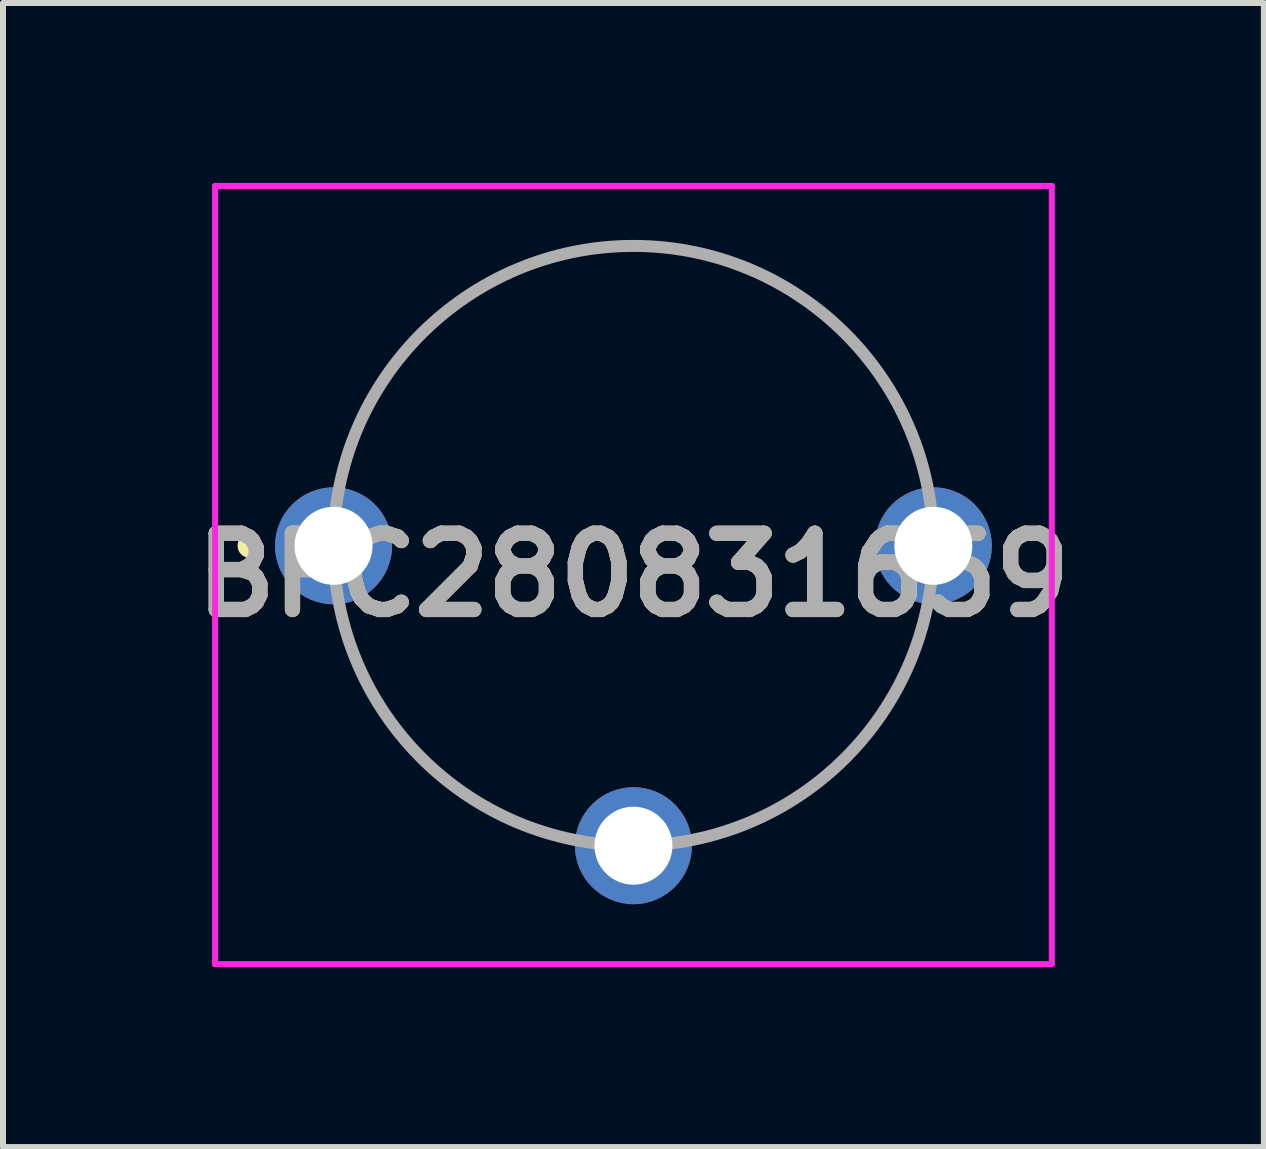
<source format=kicad_pcb>
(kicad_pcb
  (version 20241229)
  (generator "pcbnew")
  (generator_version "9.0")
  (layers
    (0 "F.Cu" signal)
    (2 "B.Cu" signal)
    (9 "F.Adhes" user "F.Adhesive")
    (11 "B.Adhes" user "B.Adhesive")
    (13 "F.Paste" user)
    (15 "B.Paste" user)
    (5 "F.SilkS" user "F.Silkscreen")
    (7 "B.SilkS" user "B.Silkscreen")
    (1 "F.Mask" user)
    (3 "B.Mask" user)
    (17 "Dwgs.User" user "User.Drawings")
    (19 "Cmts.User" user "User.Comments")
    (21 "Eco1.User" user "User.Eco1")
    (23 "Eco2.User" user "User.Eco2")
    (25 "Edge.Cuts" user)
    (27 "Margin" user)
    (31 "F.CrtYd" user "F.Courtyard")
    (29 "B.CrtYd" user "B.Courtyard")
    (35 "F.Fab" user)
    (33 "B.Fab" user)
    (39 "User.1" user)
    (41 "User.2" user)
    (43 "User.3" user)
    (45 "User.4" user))
  (footprint "BFC280831659"
    (layer "F.Cu")
    (at 2.511 6.05)
    (property "Reference" "BFC280831659" (at 5 0.487 0) (layer "F.SilkS") (effects (font (size 1.27 1.27) (thickness 0.254))))
    (attr through_hole)
    (fp_line (start -1.4 -0.1) (end -1.4 -0.1) (stroke (width 0.2) (type solid)) (layer "F.SilkS"))
    (fp_line (start -1.4 0.1) (end -1.4 0.1) (stroke (width 0.2) (type solid)) (layer "F.SilkS"))
    (fp_arc (start -1.4 -0.1) (mid -1.3 0) (end -1.4 0.1) (stroke (width 0.2) (type solid)) (layer "F.SilkS"))
    (fp_arc (start -1.4 0.1) (mid -1.5 0) (end -1.4 -0.1) (stroke (width 0.2) (type solid)) (layer "F.SilkS"))
    (fp_line (start -1.975 -6) (end 11.975 -6) (stroke (width 0.1) (type solid)) (layer "F.CrtYd"))
    (fp_line (start -1.975 6.975) (end -1.975 -6) (stroke (width 0.1) (type solid)) (layer "F.CrtYd"))
    (fp_line (start 11.975 -6) (end 11.975 6.975) (stroke (width 0.1) (type solid)) (layer "F.CrtYd"))
    (fp_line (start 11.975 6.975) (end -1.975 6.975) (stroke (width 0.1) (type solid)) (layer "F.CrtYd"))
    (fp_line (start 0 0) (end 0 0) (stroke (width 0.2) (type solid)) (layer "F.Fab"))
    (fp_line (start 10 0) (end 10 0) (stroke (width 0.2) (type solid)) (layer "F.Fab"))
    (fp_arc (start 0 0) (mid 5 -5) (end 10 0) (stroke (width 0.2) (type solid)) (layer "F.Fab"))
    (fp_arc (start 10 0) (mid 5 5) (end 0 0) (stroke (width 0.2) (type solid)) (layer "F.Fab"))
    (fp_text user "${REFERENCE}" (at 5 0.487 0) (layer "F.Fab") (effects (font (size 1.27 1.27) (thickness 0.254))))
    (pad "" np_thru_hole circle (at 5 0) (size 0.001 0.001) (drill 3.2) (layers "*.Cu" "*.Mask"))
    (pad "1" thru_hole circle (at 0 0) (size 1.95 1.95) (drill 1.3) (layers "*.Cu" "*.Mask"))
    (pad "2" thru_hole circle (at 5 5) (size 1.95 1.95) (drill 1.3) (layers "*.Cu" "*.Mask"))
    (pad "3" thru_hole circle (at 10 0) (size 1.95 1.95) (drill 1.3) (layers "*.Cu" "*.Mask")))
  (gr_rect
    (start -3 -3)
    (end 18.022 16.075)
    (stroke (width 0.1) (type default))
    (fill no)
    (layer "Edge.Cuts")))
</source>
